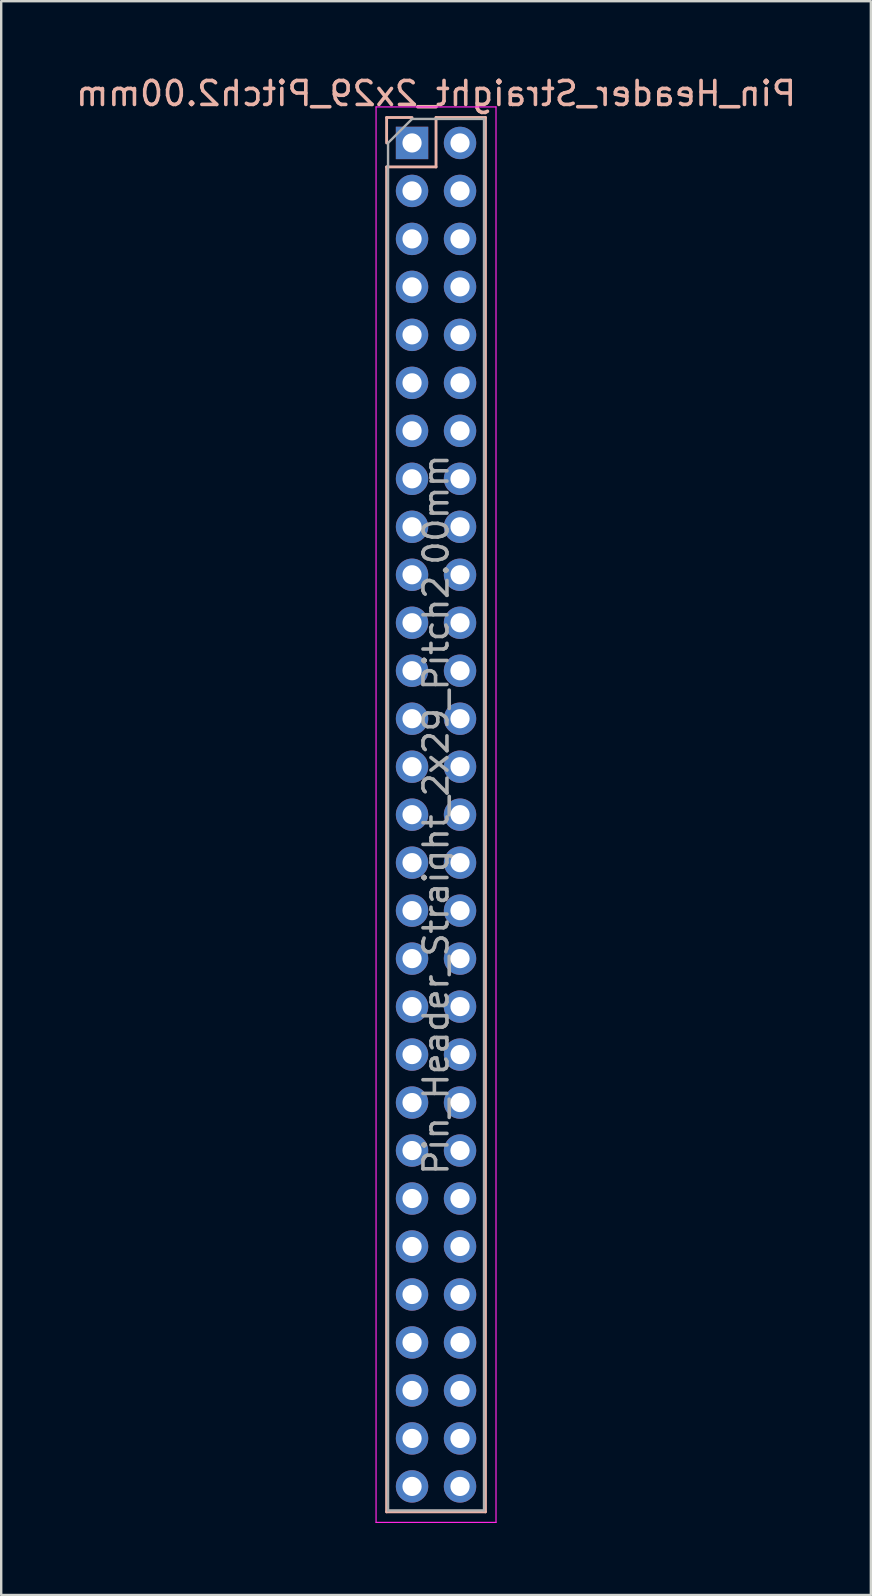
<source format=kicad_pcb>
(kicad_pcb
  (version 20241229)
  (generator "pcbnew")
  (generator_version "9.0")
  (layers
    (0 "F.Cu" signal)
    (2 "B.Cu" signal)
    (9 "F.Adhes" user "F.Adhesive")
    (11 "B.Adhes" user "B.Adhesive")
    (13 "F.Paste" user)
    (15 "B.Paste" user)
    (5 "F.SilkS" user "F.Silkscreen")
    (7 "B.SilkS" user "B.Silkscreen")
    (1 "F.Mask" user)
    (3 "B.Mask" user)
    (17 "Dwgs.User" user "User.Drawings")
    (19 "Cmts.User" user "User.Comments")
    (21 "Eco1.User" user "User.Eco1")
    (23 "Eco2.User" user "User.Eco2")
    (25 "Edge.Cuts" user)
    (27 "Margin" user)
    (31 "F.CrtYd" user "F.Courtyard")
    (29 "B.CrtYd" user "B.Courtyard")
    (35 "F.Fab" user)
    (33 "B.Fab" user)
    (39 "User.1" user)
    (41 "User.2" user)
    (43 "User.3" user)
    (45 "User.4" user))
  (footprint "Pin_Header_Straight_2x29_Pitch2.00mm"
    (layer "F.Cu")
    (at 14.125 2.908)
    (property "Reference" "Pin_Header_Straight_2x29_Pitch2.00mm" (at 1 -2.06 0) (layer "B.SilkS") (effects (font (size 1 1) (thickness 0.15)) (justify mirror)))
    (attr through_hole)
    (fp_line (start -1.06 -1.06) (end 0 -1.06) (stroke (width 0.12) (type solid)) (layer "B.SilkS"))
    (fp_line (start -1.06 0) (end -1.06 -1.06) (stroke (width 0.12) (type solid)) (layer "B.SilkS"))
    (fp_line (start -1.06 1) (end -1.06 57.06) (stroke (width 0.12) (type solid)) (layer "B.SilkS"))
    (fp_line (start -1.06 1) (end 1 1) (stroke (width 0.12) (type solid)) (layer "B.SilkS"))
    (fp_line (start -1.06 57.06) (end 3.06 57.06) (stroke (width 0.12) (type solid)) (layer "B.SilkS"))
    (fp_line (start 1 -1.06) (end 3.06 -1.06) (stroke (width 0.12) (type solid)) (layer "B.SilkS"))
    (fp_line (start 1 1) (end 1 -1.06) (stroke (width 0.12) (type solid)) (layer "B.SilkS"))
    (fp_line (start 3.06 -1.06) (end 3.06 57.06) (stroke (width 0.12) (type solid)) (layer "B.SilkS"))
    (fp_line (start -1.5 -1.5) (end -1.5 57.5) (stroke (width 0.05) (type solid)) (layer "F.CrtYd"))
    (fp_line (start -1.5 57.5) (end 3.5 57.5) (stroke (width 0.05) (type solid)) (layer "F.CrtYd"))
    (fp_line (start 3.5 -1.5) (end -1.5 -1.5) (stroke (width 0.05) (type solid)) (layer "F.CrtYd"))
    (fp_line (start 3.5 57.5) (end 3.5 -1.5) (stroke (width 0.05) (type solid)) (layer "F.CrtYd"))
    (fp_line (start -1 0) (end 0 -1) (stroke (width 0.1) (type solid)) (layer "F.Fab"))
    (fp_line (start -1 57) (end -1 0) (stroke (width 0.1) (type solid)) (layer "F.Fab"))
    (fp_line (start 0 -1) (end 3 -1) (stroke (width 0.1) (type solid)) (layer "F.Fab"))
    (fp_line (start 3 -1) (end 3 57) (stroke (width 0.1) (type solid)) (layer "F.Fab"))
    (fp_line (start 3 57) (end -1 57) (stroke (width 0.1) (type solid)) (layer "F.Fab"))
    (fp_text user "${REFERENCE}" (at 1 28 90) (layer "F.Fab") (effects (font (size 1 1) (thickness 0.15))))
    (pad "1" thru_hole rect (at 0 0) (size 1.35 1.35) (drill 0.8) (layers "*.Cu" "*.Mask"))
    (pad "2" thru_hole oval (at 2 0) (size 1.35 1.35) (drill 0.8) (layers "*.Cu" "*.Mask"))
    (pad "3" thru_hole oval (at 0 2) (size 1.35 1.35) (drill 0.8) (layers "*.Cu" "*.Mask"))
    (pad "4" thru_hole oval (at 2 2) (size 1.35 1.35) (drill 0.8) (layers "*.Cu" "*.Mask"))
    (pad "5" thru_hole oval (at 0 4) (size 1.35 1.35) (drill 0.8) (layers "*.Cu" "*.Mask"))
    (pad "6" thru_hole oval (at 2 4) (size 1.35 1.35) (drill 0.8) (layers "*.Cu" "*.Mask"))
    (pad "7" thru_hole oval (at 0 6) (size 1.35 1.35) (drill 0.8) (layers "*.Cu" "*.Mask"))
    (pad "8" thru_hole oval (at 2 6) (size 1.35 1.35) (drill 0.8) (layers "*.Cu" "*.Mask"))
    (pad "9" thru_hole oval (at 0 8) (size 1.35 1.35) (drill 0.8) (layers "*.Cu" "*.Mask"))
    (pad "10" thru_hole oval (at 2 8) (size 1.35 1.35) (drill 0.8) (layers "*.Cu" "*.Mask"))
    (pad "11" thru_hole oval (at 0 10) (size 1.35 1.35) (drill 0.8) (layers "*.Cu" "*.Mask"))
    (pad "12" thru_hole oval (at 2 10) (size 1.35 1.35) (drill 0.8) (layers "*.Cu" "*.Mask"))
    (pad "13" thru_hole oval (at 0 12) (size 1.35 1.35) (drill 0.8) (layers "*.Cu" "*.Mask"))
    (pad "14" thru_hole oval (at 2 12) (size 1.35 1.35) (drill 0.8) (layers "*.Cu" "*.Mask"))
    (pad "15" thru_hole oval (at 0 14) (size 1.35 1.35) (drill 0.8) (layers "*.Cu" "*.Mask"))
    (pad "16" thru_hole oval (at 2 14) (size 1.35 1.35) (drill 0.8) (layers "*.Cu" "*.Mask"))
    (pad "17" thru_hole oval (at 0 16) (size 1.35 1.35) (drill 0.8) (layers "*.Cu" "*.Mask"))
    (pad "18" thru_hole oval (at 2 16) (size 1.35 1.35) (drill 0.8) (layers "*.Cu" "*.Mask"))
    (pad "19" thru_hole oval (at 0 18) (size 1.35 1.35) (drill 0.8) (layers "*.Cu" "*.Mask"))
    (pad "20" thru_hole oval (at 2 18) (size 1.35 1.35) (drill 0.8) (layers "*.Cu" "*.Mask"))
    (pad "21" thru_hole oval (at 0 20) (size 1.35 1.35) (drill 0.8) (layers "*.Cu" "*.Mask"))
    (pad "22" thru_hole oval (at 2 20) (size 1.35 1.35) (drill 0.8) (layers "*.Cu" "*.Mask"))
    (pad "23" thru_hole oval (at 0 22) (size 1.35 1.35) (drill 0.8) (layers "*.Cu" "*.Mask"))
    (pad "24" thru_hole oval (at 2 22) (size 1.35 1.35) (drill 0.8) (layers "*.Cu" "*.Mask"))
    (pad "25" thru_hole oval (at 0 24) (size 1.35 1.35) (drill 0.8) (layers "*.Cu" "*.Mask"))
    (pad "26" thru_hole oval (at 2 24) (size 1.35 1.35) (drill 0.8) (layers "*.Cu" "*.Mask"))
    (pad "27" thru_hole oval (at 0 26) (size 1.35 1.35) (drill 0.8) (layers "*.Cu" "*.Mask"))
    (pad "28" thru_hole oval (at 2 26) (size 1.35 1.35) (drill 0.8) (layers "*.Cu" "*.Mask"))
    (pad "29" thru_hole oval (at 0 28) (size 1.35 1.35) (drill 0.8) (layers "*.Cu" "*.Mask"))
    (pad "30" thru_hole oval (at 2 28) (size 1.35 1.35) (drill 0.8) (layers "*.Cu" "*.Mask"))
    (pad "31" thru_hole oval (at 0 30) (size 1.35 1.35) (drill 0.8) (layers "*.Cu" "*.Mask"))
    (pad "32" thru_hole oval (at 2 30) (size 1.35 1.35) (drill 0.8) (layers "*.Cu" "*.Mask"))
    (pad "33" thru_hole oval (at 0 32) (size 1.35 1.35) (drill 0.8) (layers "*.Cu" "*.Mask"))
    (pad "34" thru_hole oval (at 2 32) (size 1.35 1.35) (drill 0.8) (layers "*.Cu" "*.Mask"))
    (pad "35" thru_hole oval (at 0 34) (size 1.35 1.35) (drill 0.8) (layers "*.Cu" "*.Mask"))
    (pad "36" thru_hole oval (at 2 34) (size 1.35 1.35) (drill 0.8) (layers "*.Cu" "*.Mask"))
    (pad "37" thru_hole oval (at 0 36) (size 1.35 1.35) (drill 0.8) (layers "*.Cu" "*.Mask"))
    (pad "38" thru_hole oval (at 2 36) (size 1.35 1.35) (drill 0.8) (layers "*.Cu" "*.Mask"))
    (pad "39" thru_hole oval (at 0 38) (size 1.35 1.35) (drill 0.8) (layers "*.Cu" "*.Mask"))
    (pad "40" thru_hole oval (at 2 38) (size 1.35 1.35) (drill 0.8) (layers "*.Cu" "*.Mask"))
    (pad "41" thru_hole oval (at 0 40) (size 1.35 1.35) (drill 0.8) (layers "*.Cu" "*.Mask"))
    (pad "42" thru_hole oval (at 2 40) (size 1.35 1.35) (drill 0.8) (layers "*.Cu" "*.Mask"))
    (pad "43" thru_hole oval (at 0 42) (size 1.35 1.35) (drill 0.8) (layers "*.Cu" "*.Mask"))
    (pad "44" thru_hole oval (at 2 42) (size 1.35 1.35) (drill 0.8) (layers "*.Cu" "*.Mask"))
    (pad "45" thru_hole oval (at 0 44) (size 1.35 1.35) (drill 0.8) (layers "*.Cu" "*.Mask"))
    (pad "46" thru_hole oval (at 2 44) (size 1.35 1.35) (drill 0.8) (layers "*.Cu" "*.Mask"))
    (pad "47" thru_hole oval (at 0 46) (size 1.35 1.35) (drill 0.8) (layers "*.Cu" "*.Mask"))
    (pad "48" thru_hole oval (at 2 46) (size 1.35 1.35) (drill 0.8) (layers "*.Cu" "*.Mask"))
    (pad "49" thru_hole oval (at 0 48) (size 1.35 1.35) (drill 0.8) (layers "*.Cu" "*.Mask"))
    (pad "50" thru_hole oval (at 2 48) (size 1.35 1.35) (drill 0.8) (layers "*.Cu" "*.Mask"))
    (pad "51" thru_hole oval (at 0 50) (size 1.35 1.35) (drill 0.8) (layers "*.Cu" "*.Mask"))
    (pad "52" thru_hole oval (at 2 50) (size 1.35 1.35) (drill 0.8) (layers "*.Cu" "*.Mask"))
    (pad "53" thru_hole oval (at 0 52) (size 1.35 1.35) (drill 0.8) (layers "*.Cu" "*.Mask"))
    (pad "54" thru_hole oval (at 2 52) (size 1.35 1.35) (drill 0.8) (layers "*.Cu" "*.Mask"))
    (pad "55" thru_hole oval (at 0 54) (size 1.35 1.35) (drill 0.8) (layers "*.Cu" "*.Mask"))
    (pad "56" thru_hole oval (at 2 54) (size 1.35 1.35) (drill 0.8) (layers "*.Cu" "*.Mask"))
    (pad "57" thru_hole oval (at 0 56) (size 1.35 1.35) (drill 0.8) (layers "*.Cu" "*.Mask"))
    (pad "58" thru_hole oval (at 2 56) (size 1.35 1.35) (drill 0.8) (layers "*.Cu" "*.Mask")))
  (gr_rect
    (start -3 -3)
    (end 33.25 63.433)
    (stroke (width 0.1) (type default))
    (fill no)
    (layer "Edge.Cuts")))
</source>
